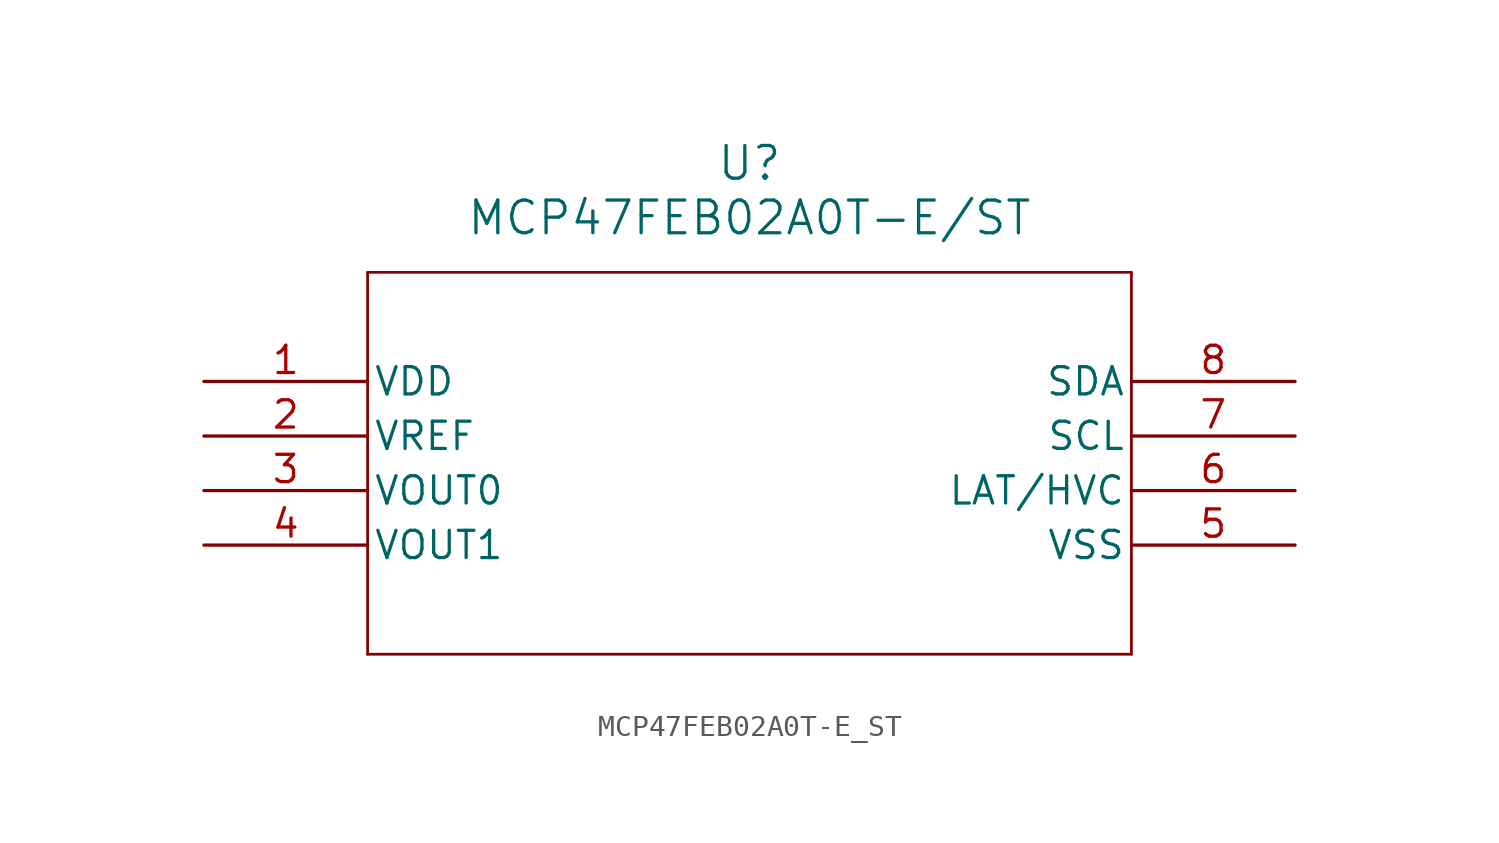
<source format=kicad_sym>
(kicad_symbol_lib
  (version 20241209)
  (generator "kicad_symbol_editor")
  (generator_version "9.0")
  (symbol "MCP47FEB02A0T-E_ST"
    (pin_names
      (offset 0.254))
    (property "Reference" "U"
      (at 25.4 10.16 0)
      (effects (font (size 1.524 1.524))))
    (property "Value" "MCP47FEB02A0T-E/ST"
      (at 25.4 7.62 0)
      (effects (font (size 1.524 1.524))))
    (property "ki_locked" ""
      (at 0 0 0)
      (effects (font (size 1.27 1.27))))
    (symbol "MCP47FEB02A0T-E_ST_0_1"
      (polyline (pts (xy 7.62 5.08) (xy 7.62 -12.7)) (stroke (width 0.127) (type default)) (fill (type none)))
      (polyline (pts (xy 7.62 -12.7) (xy 43.18 -12.7)) (stroke (width 0.127) (type default)) (fill (type none)))
      (polyline (pts (xy 43.18 5.08) (xy 7.62 5.08)) (stroke (width 0.127) (type default)) (fill (type none)))
      (polyline (pts (xy 43.18 -12.7) (xy 43.18 5.08)) (stroke (width 0.127) (type default)) (fill (type none)))
      (pin power_in line (at 0 0 0) (length 7.62) (name "VDD" (effects (font (size 1.27 1.27)))) (number "1" (effects (font (size 1.27 1.27)))))
      (pin unspecified line (at 0 -2.54 0) (length 7.62) (name "VREF" (effects (font (size 1.27 1.27)))) (number "2" (effects (font (size 1.27 1.27)))))
      (pin unspecified line (at 0 -5.08 0) (length 7.62) (name "VOUT0" (effects (font (size 1.27 1.27)))) (number "3" (effects (font (size 1.27 1.27)))))
      (pin unspecified line (at 0 -7.62 0) (length 7.62) (name "VOUT1" (effects (font (size 1.27 1.27)))) (number "4" (effects (font (size 1.27 1.27)))))
      (pin bidirectional line (at 50.8 0 180) (length 7.62) (name "SDA" (effects (font (size 1.27 1.27)))) (number "8" (effects (font (size 1.27 1.27)))))
      (pin input line (at 50.8 -2.54 180) (length 7.62) (name "SCL" (effects (font (size 1.27 1.27)))) (number "7" (effects (font (size 1.27 1.27)))))
      (pin input line (at 50.8 -5.08 180) (length 7.62) (name "LAT/HVC" (effects (font (size 1.27 1.27)))) (number "6" (effects (font (size 1.27 1.27)))))
      (pin power_out line (at 50.8 -7.62 180) (length 7.62) (name "VSS" (effects (font (size 1.27 1.27)))) (number "5" (effects (font (size 1.27 1.27))))))))
</source>
